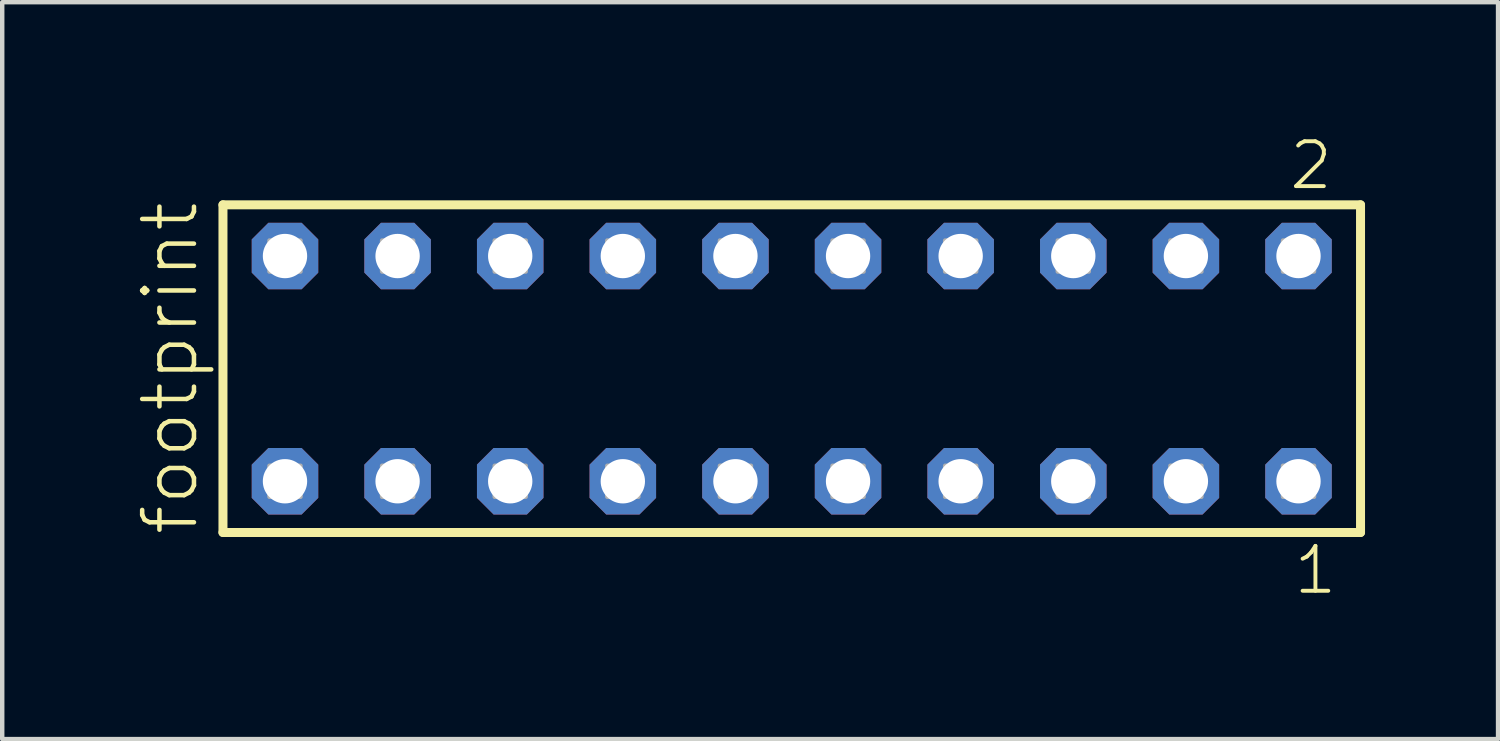
<source format=kicad_pcb>
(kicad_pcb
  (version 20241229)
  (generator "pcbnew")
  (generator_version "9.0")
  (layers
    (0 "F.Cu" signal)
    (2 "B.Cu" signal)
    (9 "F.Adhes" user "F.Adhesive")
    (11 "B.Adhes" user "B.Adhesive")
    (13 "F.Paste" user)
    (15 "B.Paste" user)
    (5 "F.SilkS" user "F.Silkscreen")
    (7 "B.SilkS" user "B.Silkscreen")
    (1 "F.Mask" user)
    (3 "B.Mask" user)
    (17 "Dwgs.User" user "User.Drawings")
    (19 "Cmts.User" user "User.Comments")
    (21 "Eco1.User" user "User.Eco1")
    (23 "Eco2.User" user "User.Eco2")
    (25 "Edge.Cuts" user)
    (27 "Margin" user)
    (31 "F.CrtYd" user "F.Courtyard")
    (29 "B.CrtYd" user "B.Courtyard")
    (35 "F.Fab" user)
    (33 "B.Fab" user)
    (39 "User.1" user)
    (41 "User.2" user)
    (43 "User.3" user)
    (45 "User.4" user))
  (footprint "footprint"
    (layer "F.Cu")
    (at 14.808 5.265)
    (property "Reference" "footprint" (at -13.335 3.81 90) (layer "F.SilkS") (effects (font (size 1.168 1.168) (thickness 0.102)) (justify left bottom)))
    (fp_line (start -12.829 -3.695) (end 12.829 -3.695) (stroke (width 0.203) (type solid)) (layer "F.SilkS"))
    (fp_line (start -12.829 3.695) (end -12.829 -3.695) (stroke (width 0.203) (type solid)) (layer "F.SilkS"))
    (fp_line (start 12.829 -3.695) (end 12.829 3.695) (stroke (width 0.203) (type solid)) (layer "F.SilkS"))
    (fp_line (start 12.829 3.695) (end -12.829 3.695) (stroke (width 0.203) (type solid)) (layer "F.SilkS"))
    (fp_poly (pts (xy -11.78 -2.19) (xy -11.08 -2.19) (xy -11.08 -2.89) (xy -11.78 -2.89)) (stroke (width 0.1) (type solid)) (fill no) (layer "F.Fab"))
    (fp_poly (pts (xy -11.78 2.89) (xy -11.08 2.89) (xy -11.08 2.19) (xy -11.78 2.19)) (stroke (width 0.1) (type solid)) (fill no) (layer "F.Fab"))
    (fp_poly (pts (xy -9.24 -2.19) (xy -8.54 -2.19) (xy -8.54 -2.89) (xy -9.24 -2.89)) (stroke (width 0.1) (type solid)) (fill no) (layer "F.Fab"))
    (fp_poly (pts (xy -9.24 2.89) (xy -8.54 2.89) (xy -8.54 2.19) (xy -9.24 2.19)) (stroke (width 0.1) (type solid)) (fill no) (layer "F.Fab"))
    (fp_poly (pts (xy -6.7 -2.19) (xy -6 -2.19) (xy -6 -2.89) (xy -6.7 -2.89)) (stroke (width 0.1) (type solid)) (fill no) (layer "F.Fab"))
    (fp_poly (pts (xy -6.7 2.89) (xy -6 2.89) (xy -6 2.19) (xy -6.7 2.19)) (stroke (width 0.1) (type solid)) (fill no) (layer "F.Fab"))
    (fp_poly (pts (xy -4.16 -2.19) (xy -3.46 -2.19) (xy -3.46 -2.89) (xy -4.16 -2.89)) (stroke (width 0.1) (type solid)) (fill no) (layer "F.Fab"))
    (fp_poly (pts (xy -4.16 2.89) (xy -3.46 2.89) (xy -3.46 2.19) (xy -4.16 2.19)) (stroke (width 0.1) (type solid)) (fill no) (layer "F.Fab"))
    (fp_poly (pts (xy -1.62 -2.19) (xy -0.92 -2.19) (xy -0.92 -2.89) (xy -1.62 -2.89)) (stroke (width 0.1) (type solid)) (fill no) (layer "F.Fab"))
    (fp_poly (pts (xy -1.62 2.89) (xy -0.92 2.89) (xy -0.92 2.19) (xy -1.62 2.19)) (stroke (width 0.1) (type solid)) (fill no) (layer "F.Fab"))
    (fp_poly (pts (xy 0.92 -2.19) (xy 1.62 -2.19) (xy 1.62 -2.89) (xy 0.92 -2.89)) (stroke (width 0.1) (type solid)) (fill no) (layer "F.Fab"))
    (fp_poly (pts (xy 0.92 2.89) (xy 1.62 2.89) (xy 1.62 2.19) (xy 0.92 2.19)) (stroke (width 0.1) (type solid)) (fill no) (layer "F.Fab"))
    (fp_poly (pts (xy 3.46 -2.19) (xy 4.16 -2.19) (xy 4.16 -2.89) (xy 3.46 -2.89)) (stroke (width 0.1) (type solid)) (fill no) (layer "F.Fab"))
    (fp_poly (pts (xy 3.46 2.89) (xy 4.16 2.89) (xy 4.16 2.19) (xy 3.46 2.19)) (stroke (width 0.1) (type solid)) (fill no) (layer "F.Fab"))
    (fp_poly (pts (xy 6 -2.19) (xy 6.7 -2.19) (xy 6.7 -2.89) (xy 6 -2.89)) (stroke (width 0.1) (type solid)) (fill no) (layer "F.Fab"))
    (fp_poly (pts (xy 6 2.89) (xy 6.7 2.89) (xy 6.7 2.19) (xy 6 2.19)) (stroke (width 0.1) (type solid)) (fill no) (layer "F.Fab"))
    (fp_poly (pts (xy 8.54 -2.19) (xy 9.24 -2.19) (xy 9.24 -2.89) (xy 8.54 -2.89)) (stroke (width 0.1) (type solid)) (fill no) (layer "F.Fab"))
    (fp_poly (pts (xy 8.54 2.89) (xy 9.24 2.89) (xy 9.24 2.19) (xy 8.54 2.19)) (stroke (width 0.1) (type solid)) (fill no) (layer "F.Fab"))
    (fp_poly (pts (xy 11.08 -2.19) (xy 11.78 -2.19) (xy 11.78 -2.89) (xy 11.08 -2.89)) (stroke (width 0.1) (type solid)) (fill no) (layer "F.Fab"))
    (fp_poly (pts (xy 11.08 2.89) (xy 11.78 2.89) (xy 11.78 2.19) (xy 11.08 2.19)) (stroke (width 0.1) (type solid)) (fill no) (layer "F.Fab"))
    (fp_text user "1" (at 11.272 5.138 0) (layer "F.SilkS") (effects (font (size 1.012 1.012) (thickness 0.088)) (justify left bottom)))
    (fp_text user "2" (at 11.172 -3.989 0) (layer "F.SilkS") (effects (font (size 1.012 1.012) (thickness 0.088)) (justify left bottom)))
    (pad "1" thru_hole roundrect (at 11.43 2.54 180) (size 1.5 1.5) (drill 1) (layers "*.Cu" "*.Mask") (roundrect_rratio 0.25) (chamfer_ratio 0.25) (chamfer top_left top_right bottom_left bottom_right))
    (pad "2" thru_hole roundrect (at 11.43 -2.54 180) (size 1.5 1.5) (drill 1) (layers "*.Cu" "*.Mask") (roundrect_rratio 0.25) (chamfer_ratio 0.25) (chamfer top_left top_right bottom_left bottom_right))
    (pad "3" thru_hole roundrect (at 8.89 2.54 180) (size 1.5 1.5) (drill 1) (layers "*.Cu" "*.Mask") (roundrect_rratio 0.25) (chamfer_ratio 0.25) (chamfer top_left top_right bottom_left bottom_right))
    (pad "4" thru_hole roundrect (at 8.89 -2.54 180) (size 1.5 1.5) (drill 1) (layers "*.Cu" "*.Mask") (roundrect_rratio 0.25) (chamfer_ratio 0.25) (chamfer top_left top_right bottom_left bottom_right))
    (pad "5" thru_hole roundrect (at 6.35 2.54 180) (size 1.5 1.5) (drill 1) (layers "*.Cu" "*.Mask") (roundrect_rratio 0.25) (chamfer_ratio 0.25) (chamfer top_left top_right bottom_left bottom_right))
    (pad "6" thru_hole roundrect (at 6.35 -2.54 180) (size 1.5 1.5) (drill 1) (layers "*.Cu" "*.Mask") (roundrect_rratio 0.25) (chamfer_ratio 0.25) (chamfer top_left top_right bottom_left bottom_right))
    (pad "7" thru_hole roundrect (at 3.81 2.54 180) (size 1.5 1.5) (drill 1) (layers "*.Cu" "*.Mask") (roundrect_rratio 0.25) (chamfer_ratio 0.25) (chamfer top_left top_right bottom_left bottom_right))
    (pad "8" thru_hole roundrect (at 3.81 -2.54 180) (size 1.5 1.5) (drill 1) (layers "*.Cu" "*.Mask") (roundrect_rratio 0.25) (chamfer_ratio 0.25) (chamfer top_left top_right bottom_left bottom_right))
    (pad "9" thru_hole roundrect (at 1.27 2.54 180) (size 1.5 1.5) (drill 1) (layers "*.Cu" "*.Mask") (roundrect_rratio 0.25) (chamfer_ratio 0.25) (chamfer top_left top_right bottom_left bottom_right))
    (pad "10" thru_hole roundrect (at 1.27 -2.54 180) (size 1.5 1.5) (drill 1) (layers "*.Cu" "*.Mask") (roundrect_rratio 0.25) (chamfer_ratio 0.25) (chamfer top_left top_right bottom_left bottom_right))
    (pad "11" thru_hole roundrect (at -1.27 2.54 180) (size 1.5 1.5) (drill 1) (layers "*.Cu" "*.Mask") (roundrect_rratio 0.25) (chamfer_ratio 0.25) (chamfer top_left top_right bottom_left bottom_right))
    (pad "12" thru_hole roundrect (at -1.27 -2.54 180) (size 1.5 1.5) (drill 1) (layers "*.Cu" "*.Mask") (roundrect_rratio 0.25) (chamfer_ratio 0.25) (chamfer top_left top_right bottom_left bottom_right))
    (pad "13" thru_hole roundrect (at -3.81 2.54 180) (size 1.5 1.5) (drill 1) (layers "*.Cu" "*.Mask") (roundrect_rratio 0.25) (chamfer_ratio 0.25) (chamfer top_left top_right bottom_left bottom_right))
    (pad "14" thru_hole roundrect (at -3.81 -2.54 180) (size 1.5 1.5) (drill 1) (layers "*.Cu" "*.Mask") (roundrect_rratio 0.25) (chamfer_ratio 0.25) (chamfer top_left top_right bottom_left bottom_right))
    (pad "15" thru_hole roundrect (at -6.35 2.54 180) (size 1.5 1.5) (drill 1) (layers "*.Cu" "*.Mask") (roundrect_rratio 0.25) (chamfer_ratio 0.25) (chamfer top_left top_right bottom_left bottom_right))
    (pad "16" thru_hole roundrect (at -6.35 -2.54 180) (size 1.5 1.5) (drill 1) (layers "*.Cu" "*.Mask") (roundrect_rratio 0.25) (chamfer_ratio 0.25) (chamfer top_left top_right bottom_left bottom_right))
    (pad "17" thru_hole roundrect (at -8.89 2.54 180) (size 1.5 1.5) (drill 1) (layers "*.Cu" "*.Mask") (roundrect_rratio 0.25) (chamfer_ratio 0.25) (chamfer top_left top_right bottom_left bottom_right))
    (pad "18" thru_hole roundrect (at -8.89 -2.54 180) (size 1.5 1.5) (drill 1) (layers "*.Cu" "*.Mask") (roundrect_rratio 0.25) (chamfer_ratio 0.25) (chamfer top_left top_right bottom_left bottom_right))
    (pad "19" thru_hole roundrect (at -11.43 2.54 180) (size 1.5 1.5) (drill 1) (layers "*.Cu" "*.Mask") (roundrect_rratio 0.25) (chamfer_ratio 0.25) (chamfer top_left top_right bottom_left bottom_right))
    (pad "20" thru_hole roundrect (at -11.43 -2.54 180) (size 1.5 1.5) (drill 1) (layers "*.Cu" "*.Mask") (roundrect_rratio 0.25) (chamfer_ratio 0.25) (chamfer top_left top_right bottom_left bottom_right)))
  (gr_rect
    (start -3 -3)
    (end 30.739 13.62)
    (stroke (width 0.1) (type default))
    (fill no)
    (layer "Edge.Cuts")))
</source>
